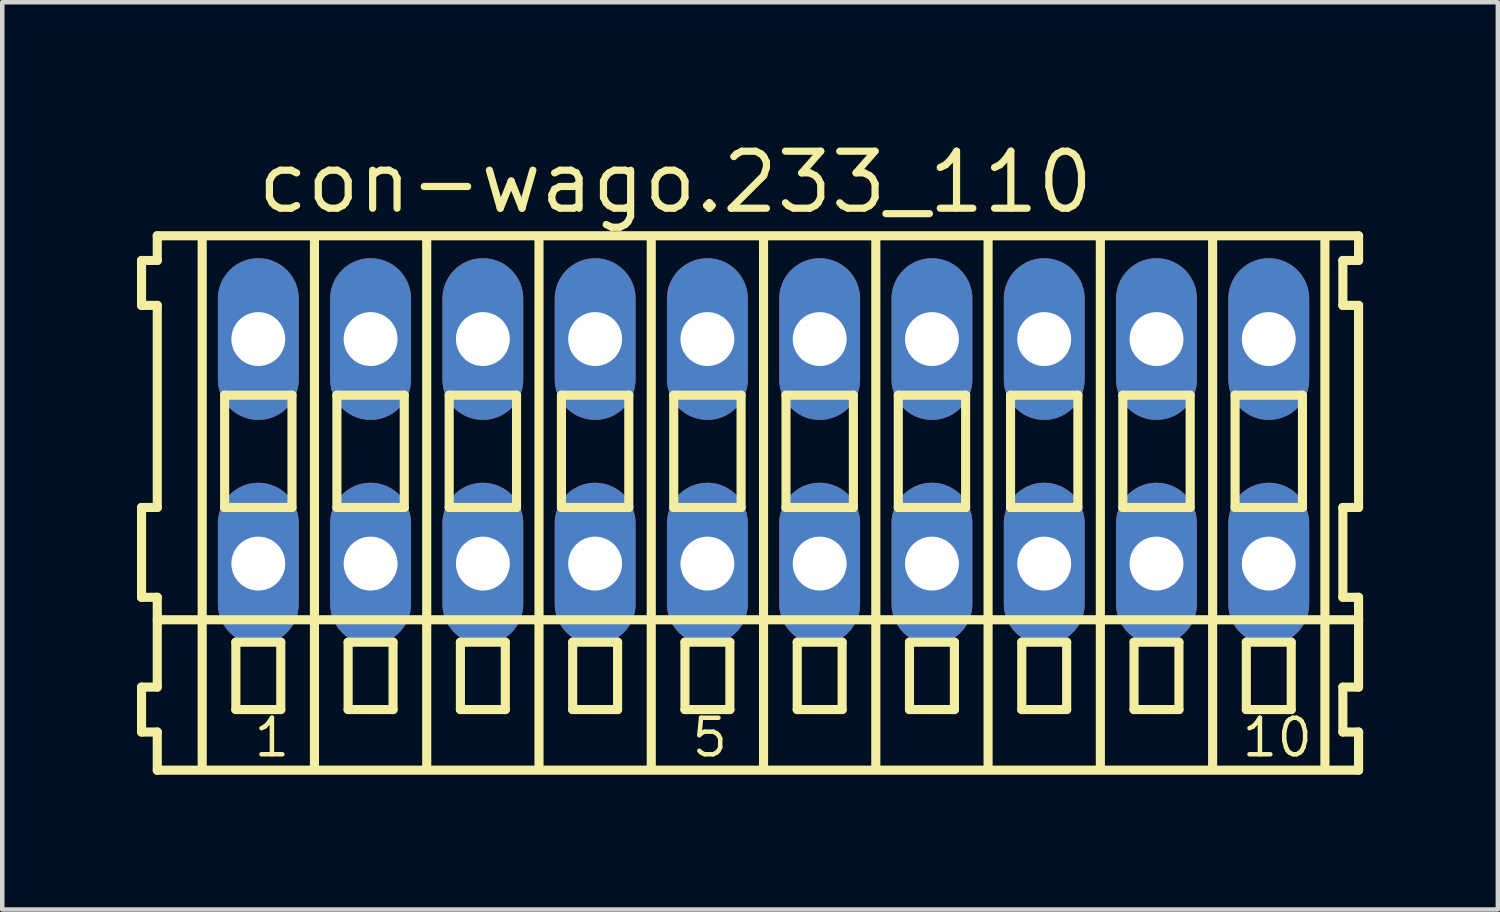
<source format=kicad_pcb>
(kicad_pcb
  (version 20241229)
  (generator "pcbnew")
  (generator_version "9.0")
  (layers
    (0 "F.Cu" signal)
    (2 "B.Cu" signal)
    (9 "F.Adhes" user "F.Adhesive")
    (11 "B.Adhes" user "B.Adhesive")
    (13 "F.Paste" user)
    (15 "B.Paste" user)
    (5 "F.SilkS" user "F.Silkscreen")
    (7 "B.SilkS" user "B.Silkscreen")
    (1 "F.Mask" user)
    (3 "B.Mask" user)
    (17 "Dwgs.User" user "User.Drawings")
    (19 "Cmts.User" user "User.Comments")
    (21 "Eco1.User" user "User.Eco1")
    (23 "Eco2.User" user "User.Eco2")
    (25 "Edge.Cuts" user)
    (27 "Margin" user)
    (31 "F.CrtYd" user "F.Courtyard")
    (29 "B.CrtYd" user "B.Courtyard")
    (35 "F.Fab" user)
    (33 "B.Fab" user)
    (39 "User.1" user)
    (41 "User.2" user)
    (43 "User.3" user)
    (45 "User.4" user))
  (footprint "con-wago.233_110"
    (layer "F.Cu")
    (at 13.952 7)
    (property "Reference" "con-wago.233_110" (at -11.35 -5.25 0) (layer "F.SilkS") (effects (font (size 1.27 1.27) (thickness 0.16)) (justify left bottom)))
    (attr through_hole)
    (fp_line (start -13.85 -4.25) (end -13.85 -3.25) (stroke (width 0.203) (type default)) (layer "F.SilkS"))
    (fp_line (start -13.85 -3.25) (end -13.5 -3.25) (stroke (width 0.203) (type default)) (layer "F.SilkS"))
    (fp_line (start -13.85 1.25) (end -13.85 3.25) (stroke (width 0.203) (type default)) (layer "F.SilkS"))
    (fp_line (start -13.85 3.25) (end -13.5 3.25) (stroke (width 0.203) (type default)) (layer "F.SilkS"))
    (fp_line (start -13.85 5.25) (end -13.85 6.25) (stroke (width 0.203) (type default)) (layer "F.SilkS"))
    (fp_line (start -13.85 6.25) (end -13.5 6.25) (stroke (width 0.203) (type default)) (layer "F.SilkS"))
    (fp_line (start -13.5 -4.8) (end -13.5 -4.25) (stroke (width 0.203) (type default)) (layer "F.SilkS"))
    (fp_line (start -13.5 -4.25) (end -13.85 -4.25) (stroke (width 0.203) (type default)) (layer "F.SilkS"))
    (fp_line (start -13.5 -3.25) (end -13.5 1.25) (stroke (width 0.203) (type default)) (layer "F.SilkS"))
    (fp_line (start -13.5 1.25) (end -13.85 1.25) (stroke (width 0.203) (type default)) (layer "F.SilkS"))
    (fp_line (start -13.5 3.25) (end -13.5 5.25) (stroke (width 0.203) (type default)) (layer "F.SilkS"))
    (fp_line (start -13.5 3.75) (end 13.25 3.75) (stroke (width 0.203) (type default)) (layer "F.SilkS"))
    (fp_line (start -13.5 5.25) (end -13.85 5.25) (stroke (width 0.203) (type default)) (layer "F.SilkS"))
    (fp_line (start -13.5 6.25) (end -13.5 7.1) (stroke (width 0.203) (type default)) (layer "F.SilkS"))
    (fp_line (start -13.5 7.1) (end 13.25 7.1) (stroke (width 0.203) (type default)) (layer "F.SilkS"))
    (fp_line (start -12.5 -4.75) (end -12.5 7) (stroke (width 0.203) (type default)) (layer "F.SilkS"))
    (fp_line (start -12 -1.25) (end -12 1.25) (stroke (width 0.203) (type default)) (layer "F.SilkS"))
    (fp_line (start -12 1.25) (end -10.5 1.25) (stroke (width 0.203) (type default)) (layer "F.SilkS"))
    (fp_line (start -11.75 4.25) (end -11.75 5.75) (stroke (width 0.203) (type default)) (layer "F.SilkS"))
    (fp_line (start -11.75 5.75) (end -10.75 5.75) (stroke (width 0.203) (type default)) (layer "F.SilkS"))
    (fp_line (start -10.75 4.25) (end -11.75 4.25) (stroke (width 0.203) (type default)) (layer "F.SilkS"))
    (fp_line (start -10.75 5.75) (end -10.75 4.25) (stroke (width 0.203) (type default)) (layer "F.SilkS"))
    (fp_line (start -10.5 -1.25) (end -12 -1.25) (stroke (width 0.203) (type default)) (layer "F.SilkS"))
    (fp_line (start -10.5 1.25) (end -10.5 -1.25) (stroke (width 0.203) (type default)) (layer "F.SilkS"))
    (fp_line (start -10 -4.75) (end -10 7) (stroke (width 0.203) (type default)) (layer "F.SilkS"))
    (fp_line (start -9.5 -1.25) (end -9.5 1.25) (stroke (width 0.203) (type default)) (layer "F.SilkS"))
    (fp_line (start -9.5 1.25) (end -8 1.25) (stroke (width 0.203) (type default)) (layer "F.SilkS"))
    (fp_line (start -9.25 4.25) (end -9.25 5.75) (stroke (width 0.203) (type default)) (layer "F.SilkS"))
    (fp_line (start -9.25 5.75) (end -8.25 5.75) (stroke (width 0.203) (type default)) (layer "F.SilkS"))
    (fp_line (start -8.25 4.25) (end -9.25 4.25) (stroke (width 0.203) (type default)) (layer "F.SilkS"))
    (fp_line (start -8.25 5.75) (end -8.25 4.25) (stroke (width 0.203) (type default)) (layer "F.SilkS"))
    (fp_line (start -8 -1.25) (end -9.5 -1.25) (stroke (width 0.203) (type default)) (layer "F.SilkS"))
    (fp_line (start -8 1.25) (end -8 -1.25) (stroke (width 0.203) (type default)) (layer "F.SilkS"))
    (fp_line (start -7.5 -4.75) (end -7.5 7) (stroke (width 0.203) (type default)) (layer "F.SilkS"))
    (fp_line (start -7 -1.25) (end -7 1.25) (stroke (width 0.203) (type default)) (layer "F.SilkS"))
    (fp_line (start -7 1.25) (end -5.5 1.25) (stroke (width 0.203) (type default)) (layer "F.SilkS"))
    (fp_line (start -6.75 4.25) (end -6.75 5.75) (stroke (width 0.203) (type default)) (layer "F.SilkS"))
    (fp_line (start -6.75 5.75) (end -5.75 5.75) (stroke (width 0.203) (type default)) (layer "F.SilkS"))
    (fp_line (start -5.75 4.25) (end -6.75 4.25) (stroke (width 0.203) (type default)) (layer "F.SilkS"))
    (fp_line (start -5.75 5.75) (end -5.75 4.25) (stroke (width 0.203) (type default)) (layer "F.SilkS"))
    (fp_line (start -5.5 -1.25) (end -7 -1.25) (stroke (width 0.203) (type default)) (layer "F.SilkS"))
    (fp_line (start -5.5 1.25) (end -5.5 -1.25) (stroke (width 0.203) (type default)) (layer "F.SilkS"))
    (fp_line (start -5 -4.75) (end -5 7) (stroke (width 0.203) (type default)) (layer "F.SilkS"))
    (fp_line (start -4.5 -1.25) (end -4.5 1.25) (stroke (width 0.203) (type default)) (layer "F.SilkS"))
    (fp_line (start -4.5 1.25) (end -3 1.25) (stroke (width 0.203) (type default)) (layer "F.SilkS"))
    (fp_line (start -4.25 4.25) (end -4.25 5.75) (stroke (width 0.203) (type default)) (layer "F.SilkS"))
    (fp_line (start -4.25 5.75) (end -3.25 5.75) (stroke (width 0.203) (type default)) (layer "F.SilkS"))
    (fp_line (start -3.25 4.25) (end -4.25 4.25) (stroke (width 0.203) (type default)) (layer "F.SilkS"))
    (fp_line (start -3.25 5.75) (end -3.25 4.25) (stroke (width 0.203) (type default)) (layer "F.SilkS"))
    (fp_line (start -3 -1.25) (end -4.5 -1.25) (stroke (width 0.203) (type default)) (layer "F.SilkS"))
    (fp_line (start -3 1.25) (end -3 -1.25) (stroke (width 0.203) (type default)) (layer "F.SilkS"))
    (fp_line (start -2.5 -4.75) (end -2.5 7) (stroke (width 0.203) (type default)) (layer "F.SilkS"))
    (fp_line (start -2 -1.25) (end -2 1.25) (stroke (width 0.203) (type default)) (layer "F.SilkS"))
    (fp_line (start -2 1.25) (end -0.5 1.25) (stroke (width 0.203) (type default)) (layer "F.SilkS"))
    (fp_line (start -1.75 4.25) (end -1.75 5.75) (stroke (width 0.203) (type default)) (layer "F.SilkS"))
    (fp_line (start -1.75 5.75) (end -0.75 5.75) (stroke (width 0.203) (type default)) (layer "F.SilkS"))
    (fp_line (start -0.75 4.25) (end -1.75 4.25) (stroke (width 0.203) (type default)) (layer "F.SilkS"))
    (fp_line (start -0.75 5.75) (end -0.75 4.25) (stroke (width 0.203) (type default)) (layer "F.SilkS"))
    (fp_line (start -0.5 -1.25) (end -2 -1.25) (stroke (width 0.203) (type default)) (layer "F.SilkS"))
    (fp_line (start -0.5 1.25) (end -0.5 -1.25) (stroke (width 0.203) (type default)) (layer "F.SilkS"))
    (fp_line (start 0 -4.75) (end 0 7) (stroke (width 0.203) (type default)) (layer "F.SilkS"))
    (fp_line (start 0.5 -1.25) (end 0.5 1.25) (stroke (width 0.203) (type default)) (layer "F.SilkS"))
    (fp_line (start 0.5 1.25) (end 2 1.25) (stroke (width 0.203) (type default)) (layer "F.SilkS"))
    (fp_line (start 0.75 4.25) (end 0.75 5.75) (stroke (width 0.203) (type default)) (layer "F.SilkS"))
    (fp_line (start 0.75 5.75) (end 1.75 5.75) (stroke (width 0.203) (type default)) (layer "F.SilkS"))
    (fp_line (start 1.75 4.25) (end 0.75 4.25) (stroke (width 0.203) (type default)) (layer "F.SilkS"))
    (fp_line (start 1.75 5.75) (end 1.75 4.25) (stroke (width 0.203) (type default)) (layer "F.SilkS"))
    (fp_line (start 2 -1.25) (end 0.5 -1.25) (stroke (width 0.203) (type default)) (layer "F.SilkS"))
    (fp_line (start 2 1.25) (end 2 -1.25) (stroke (width 0.203) (type default)) (layer "F.SilkS"))
    (fp_line (start 2.5 -4.75) (end 2.5 7) (stroke (width 0.203) (type default)) (layer "F.SilkS"))
    (fp_line (start 3 -1.25) (end 3 1.25) (stroke (width 0.203) (type default)) (layer "F.SilkS"))
    (fp_line (start 3 1.25) (end 4.5 1.25) (stroke (width 0.203) (type default)) (layer "F.SilkS"))
    (fp_line (start 3.25 4.25) (end 3.25 5.75) (stroke (width 0.203) (type default)) (layer "F.SilkS"))
    (fp_line (start 3.25 5.75) (end 4.25 5.75) (stroke (width 0.203) (type default)) (layer "F.SilkS"))
    (fp_line (start 4.25 4.25) (end 3.25 4.25) (stroke (width 0.203) (type default)) (layer "F.SilkS"))
    (fp_line (start 4.25 5.75) (end 4.25 4.25) (stroke (width 0.203) (type default)) (layer "F.SilkS"))
    (fp_line (start 4.5 -1.25) (end 3 -1.25) (stroke (width 0.203) (type default)) (layer "F.SilkS"))
    (fp_line (start 4.5 1.25) (end 4.5 -1.25) (stroke (width 0.203) (type default)) (layer "F.SilkS"))
    (fp_line (start 5 -4.75) (end 5 7) (stroke (width 0.203) (type default)) (layer "F.SilkS"))
    (fp_line (start 5.5 -1.25) (end 5.5 1.25) (stroke (width 0.203) (type default)) (layer "F.SilkS"))
    (fp_line (start 5.5 1.25) (end 7 1.25) (stroke (width 0.203) (type default)) (layer "F.SilkS"))
    (fp_line (start 5.75 4.25) (end 5.75 5.75) (stroke (width 0.203) (type default)) (layer "F.SilkS"))
    (fp_line (start 5.75 5.75) (end 6.75 5.75) (stroke (width 0.203) (type default)) (layer "F.SilkS"))
    (fp_line (start 6.75 4.25) (end 5.75 4.25) (stroke (width 0.203) (type default)) (layer "F.SilkS"))
    (fp_line (start 6.75 5.75) (end 6.75 4.25) (stroke (width 0.203) (type default)) (layer "F.SilkS"))
    (fp_line (start 7 -1.25) (end 5.5 -1.25) (stroke (width 0.203) (type default)) (layer "F.SilkS"))
    (fp_line (start 7 1.25) (end 7 -1.25) (stroke (width 0.203) (type default)) (layer "F.SilkS"))
    (fp_line (start 7.5 -4.75) (end 7.5 7) (stroke (width 0.203) (type default)) (layer "F.SilkS"))
    (fp_line (start 8 -1.25) (end 8 1.25) (stroke (width 0.203) (type default)) (layer "F.SilkS"))
    (fp_line (start 8 1.25) (end 9.5 1.25) (stroke (width 0.203) (type default)) (layer "F.SilkS"))
    (fp_line (start 8.25 4.25) (end 8.25 5.75) (stroke (width 0.203) (type default)) (layer "F.SilkS"))
    (fp_line (start 8.25 5.75) (end 9.25 5.75) (stroke (width 0.203) (type default)) (layer "F.SilkS"))
    (fp_line (start 9.25 4.25) (end 8.25 4.25) (stroke (width 0.203) (type default)) (layer "F.SilkS"))
    (fp_line (start 9.25 5.75) (end 9.25 4.25) (stroke (width 0.203) (type default)) (layer "F.SilkS"))
    (fp_line (start 9.5 -1.25) (end 8 -1.25) (stroke (width 0.203) (type default)) (layer "F.SilkS"))
    (fp_line (start 9.5 1.25) (end 9.5 -1.25) (stroke (width 0.203) (type default)) (layer "F.SilkS"))
    (fp_line (start 10 -4.75) (end 10 7) (stroke (width 0.203) (type default)) (layer "F.SilkS"))
    (fp_line (start 10.5 -1.25) (end 10.5 1.25) (stroke (width 0.203) (type default)) (layer "F.SilkS"))
    (fp_line (start 10.5 1.25) (end 12 1.25) (stroke (width 0.203) (type default)) (layer "F.SilkS"))
    (fp_line (start 10.75 4.25) (end 10.75 5.75) (stroke (width 0.203) (type default)) (layer "F.SilkS"))
    (fp_line (start 10.75 5.75) (end 11.75 5.75) (stroke (width 0.203) (type default)) (layer "F.SilkS"))
    (fp_line (start 11.75 4.25) (end 10.75 4.25) (stroke (width 0.203) (type default)) (layer "F.SilkS"))
    (fp_line (start 11.75 5.75) (end 11.75 4.25) (stroke (width 0.203) (type default)) (layer "F.SilkS"))
    (fp_line (start 12 -1.25) (end 10.5 -1.25) (stroke (width 0.203) (type default)) (layer "F.SilkS"))
    (fp_line (start 12 1.25) (end 12 -1.25) (stroke (width 0.203) (type default)) (layer "F.SilkS"))
    (fp_line (start 12.5 -4.75) (end 12.5 7) (stroke (width 0.203) (type default)) (layer "F.SilkS"))
    (fp_line (start 12.9 -4.25) (end 12.9 -3.25) (stroke (width 0.203) (type default)) (layer "F.SilkS"))
    (fp_line (start 12.9 -3.25) (end 13.25 -3.25) (stroke (width 0.203) (type default)) (layer "F.SilkS"))
    (fp_line (start 12.9 1.25) (end 12.9 3.25) (stroke (width 0.203) (type default)) (layer "F.SilkS"))
    (fp_line (start 12.9 3.25) (end 13.25 3.25) (stroke (width 0.203) (type default)) (layer "F.SilkS"))
    (fp_line (start 12.9 5.25) (end 12.9 6.25) (stroke (width 0.203) (type default)) (layer "F.SilkS"))
    (fp_line (start 12.9 6.25) (end 13.25 6.25) (stroke (width 0.203) (type default)) (layer "F.SilkS"))
    (fp_line (start 13.25 -4.8) (end -13.5 -4.8) (stroke (width 0.203) (type default)) (layer "F.SilkS"))
    (fp_line (start 13.25 -4.25) (end 12.9 -4.25) (stroke (width 0.203) (type default)) (layer "F.SilkS"))
    (fp_line (start 13.25 -4.25) (end 13.25 -4.8) (stroke (width 0.203) (type default)) (layer "F.SilkS"))
    (fp_line (start 13.25 1.25) (end 12.9 1.25) (stroke (width 0.203) (type default)) (layer "F.SilkS"))
    (fp_line (start 13.25 1.25) (end 13.25 -3.25) (stroke (width 0.203) (type default)) (layer "F.SilkS"))
    (fp_line (start 13.25 3.75) (end 13.25 3.25) (stroke (width 0.203) (type default)) (layer "F.SilkS"))
    (fp_line (start 13.25 5.25) (end 12.9 5.25) (stroke (width 0.203) (type default)) (layer "F.SilkS"))
    (fp_line (start 13.25 5.25) (end 13.25 3.75) (stroke (width 0.203) (type default)) (layer "F.SilkS"))
    (fp_line (start 13.25 7.1) (end 13.25 6.25) (stroke (width 0.203) (type default)) (layer "F.SilkS"))
    (fp_text user "5" (at -1.65 6.85 0) (layer "F.SilkS") (effects (font (size 0.813 0.813) (thickness 0.1)) (justify left bottom)))
    (fp_text user "1" (at -11.4 6.85 0) (layer "F.SilkS") (effects (font (size 0.813 0.813) (thickness 0.1)) (justify left bottom)))
    (fp_text user "10" (at 10.6 6.85 0) (layer "F.SilkS") (effects (font (size 0.813 0.813) (thickness 0.1)) (justify left bottom)))
    (pad "A1" thru_hole oval (at -11.25 -2.5 90) (size 3.6 1.8) (drill 1.2) (layers "*.Cu" "*.Mask"))
    (pad "A2" thru_hole oval (at -8.75 -2.5 90) (size 3.6 1.8) (drill 1.2) (layers "*.Cu" "*.Mask"))
    (pad "A3" thru_hole oval (at -6.25 -2.5 90) (size 3.6 1.8) (drill 1.2) (layers "*.Cu" "*.Mask"))
    (pad "A4" thru_hole oval (at -3.75 -2.5 90) (size 3.6 1.8) (drill 1.2) (layers "*.Cu" "*.Mask"))
    (pad "A5" thru_hole oval (at -1.25 -2.5 90) (size 3.6 1.8) (drill 1.2) (layers "*.Cu" "*.Mask"))
    (pad "A6" thru_hole oval (at 1.25 -2.5 90) (size 3.6 1.8) (drill 1.2) (layers "*.Cu" "*.Mask"))
    (pad "A7" thru_hole oval (at 3.75 -2.5 90) (size 3.6 1.8) (drill 1.2) (layers "*.Cu" "*.Mask"))
    (pad "A8" thru_hole oval (at 6.25 -2.5 90) (size 3.6 1.8) (drill 1.2) (layers "*.Cu" "*.Mask"))
    (pad "A9" thru_hole oval (at 8.75 -2.5 90) (size 3.6 1.8) (drill 1.2) (layers "*.Cu" "*.Mask"))
    (pad "A10" thru_hole oval (at 11.25 -2.5 90) (size 3.6 1.8) (drill 1.2) (layers "*.Cu" "*.Mask"))
    (pad "B1" thru_hole oval (at -11.25 2.5 90) (size 3.6 1.8) (drill 1.2) (layers "*.Cu" "*.Mask"))
    (pad "B2" thru_hole oval (at -8.75 2.5 90) (size 3.6 1.8) (drill 1.2) (layers "*.Cu" "*.Mask"))
    (pad "B3" thru_hole oval (at -6.25 2.5 90) (size 3.6 1.8) (drill 1.2) (layers "*.Cu" "*.Mask"))
    (pad "B4" thru_hole oval (at -3.75 2.5 90) (size 3.6 1.8) (drill 1.2) (layers "*.Cu" "*.Mask"))
    (pad "B5" thru_hole oval (at -1.25 2.5 90) (size 3.6 1.8) (drill 1.2) (layers "*.Cu" "*.Mask"))
    (pad "B6" thru_hole oval (at 1.25 2.5 90) (size 3.6 1.8) (drill 1.2) (layers "*.Cu" "*.Mask"))
    (pad "B7" thru_hole oval (at 3.75 2.5 90) (size 3.6 1.8) (drill 1.2) (layers "*.Cu" "*.Mask"))
    (pad "B8" thru_hole oval (at 6.25 2.5 90) (size 3.6 1.8) (drill 1.2) (layers "*.Cu" "*.Mask"))
    (pad "B9" thru_hole oval (at 8.75 2.5 90) (size 3.6 1.8) (drill 1.2) (layers "*.Cu" "*.Mask"))
    (pad "B10" thru_hole oval (at 11.25 2.5 90) (size 3.6 1.8) (drill 1.2) (layers "*.Cu" "*.Mask")))
  (gr_rect
    (start -3 -3)
    (end 30.303 17.202)
    (stroke (width 0.1) (type default))
    (fill no)
    (layer "Edge.Cuts")))
</source>
